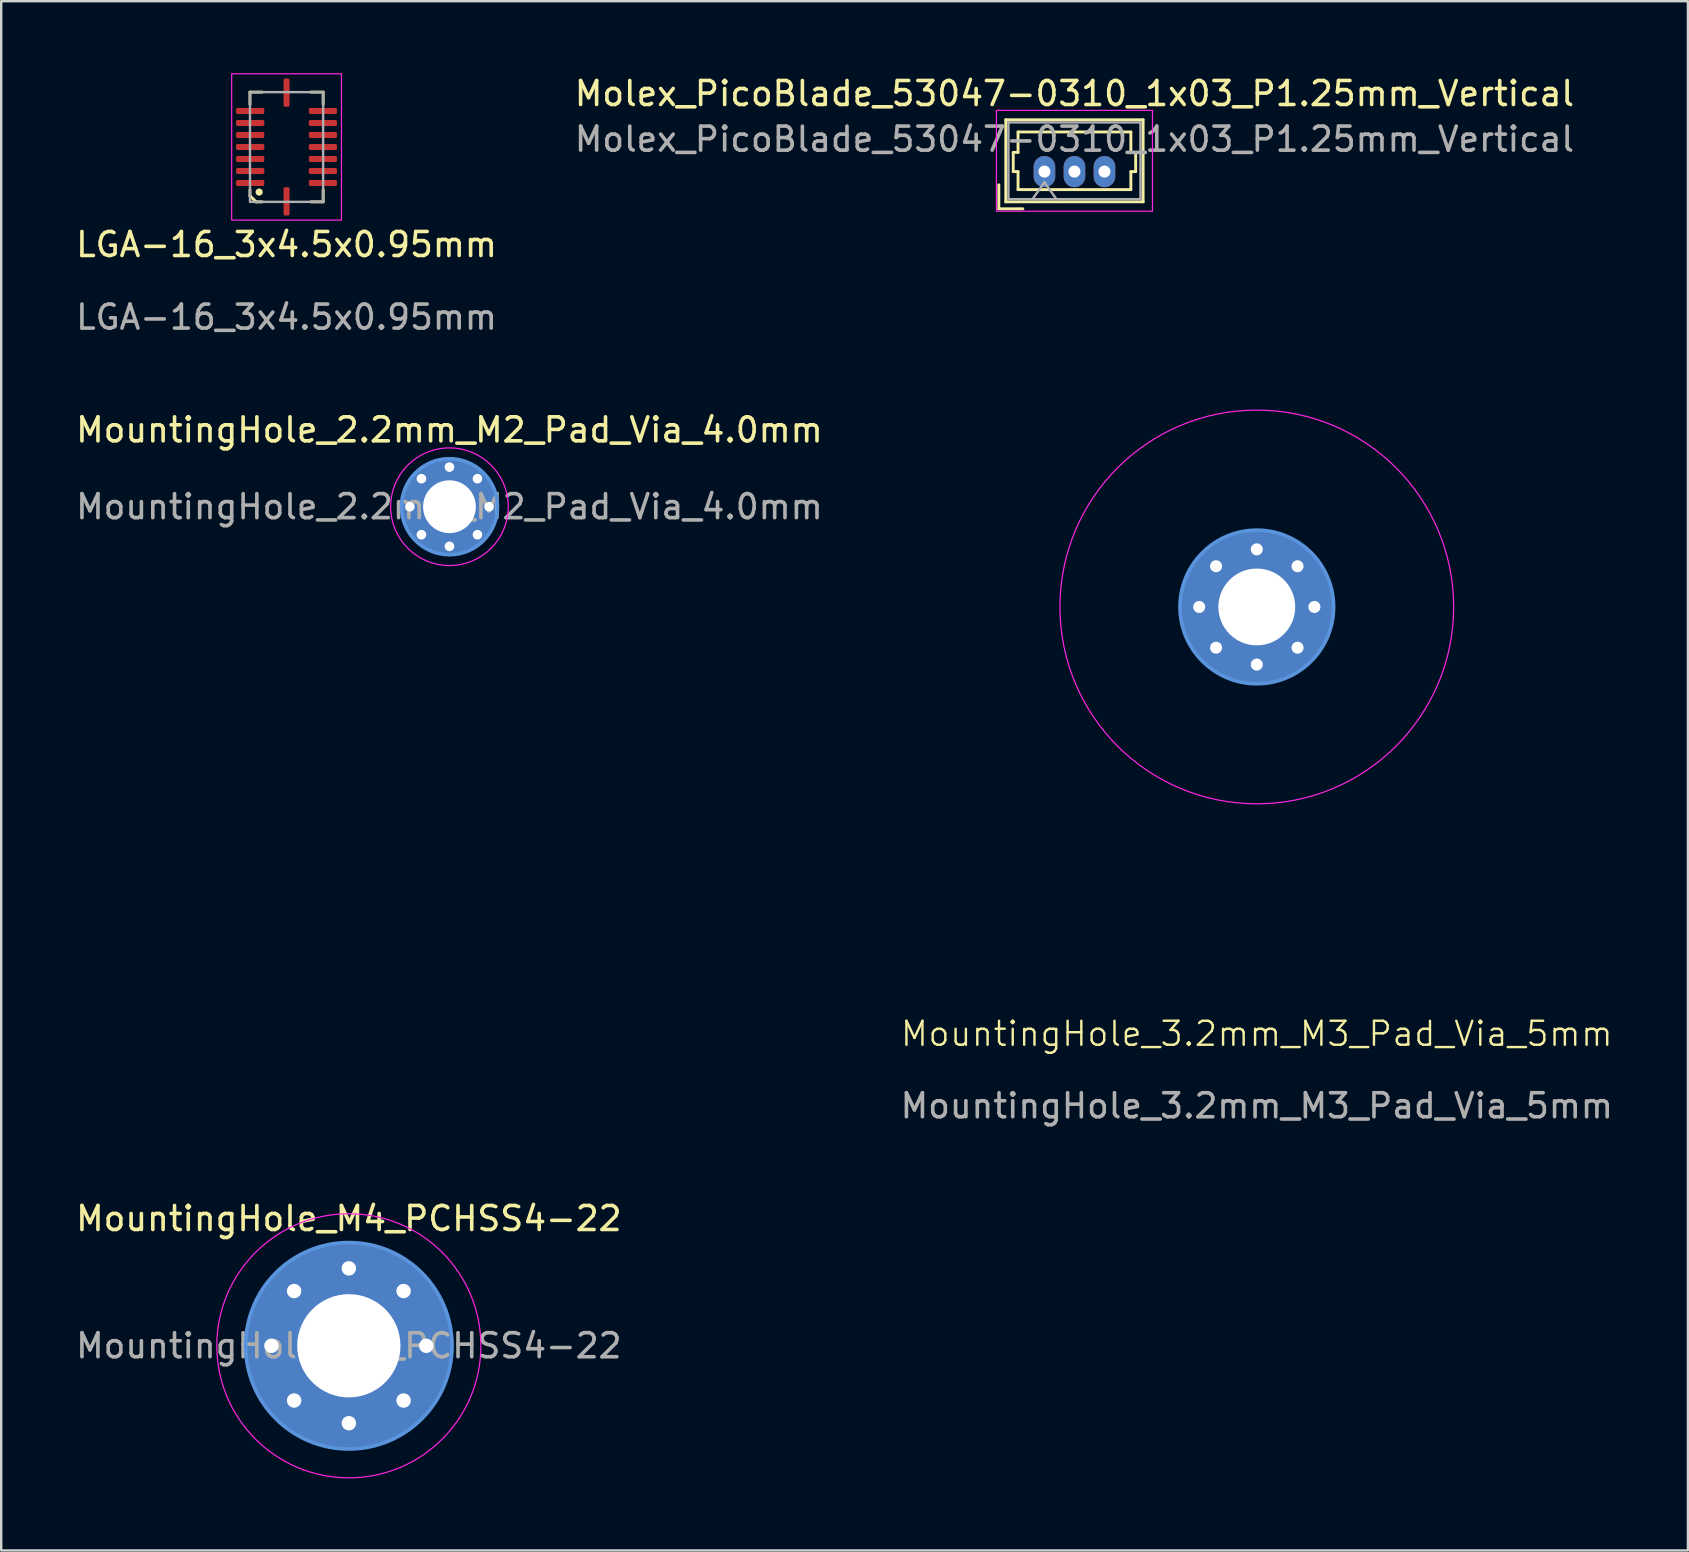
<source format=kicad_pcb>
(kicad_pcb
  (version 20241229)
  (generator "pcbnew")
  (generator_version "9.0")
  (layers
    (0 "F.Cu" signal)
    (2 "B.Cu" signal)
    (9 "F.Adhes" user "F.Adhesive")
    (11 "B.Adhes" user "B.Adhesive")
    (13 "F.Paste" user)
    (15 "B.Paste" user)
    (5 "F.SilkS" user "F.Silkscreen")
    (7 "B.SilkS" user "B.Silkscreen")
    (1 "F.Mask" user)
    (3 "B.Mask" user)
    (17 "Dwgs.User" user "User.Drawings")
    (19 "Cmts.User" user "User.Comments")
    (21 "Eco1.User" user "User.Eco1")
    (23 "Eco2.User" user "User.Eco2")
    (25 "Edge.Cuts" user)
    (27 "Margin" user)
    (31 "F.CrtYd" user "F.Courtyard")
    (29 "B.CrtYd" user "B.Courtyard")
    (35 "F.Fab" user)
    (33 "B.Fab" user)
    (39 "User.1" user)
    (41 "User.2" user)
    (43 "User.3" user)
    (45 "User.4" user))
  (footprint "MountingHole_3.2mm_M3_Pad_Via_5mm"
    (layer "F.Cu")
    (at 49.304 22.234)
    (property "Reference" "MountingHole_3.2mm_M3_Pad_Via_5mm" (at 0 17.78 0) (unlocked yes) (layer "F.SilkS") (effects (font (size 1 1) (thickness 0.1))))
    (attr smd)
    (fp_circle (center 0 0) (end 3.2 0) (stroke (width 0.15) (type solid)) (fill no) (layer "Cmts.User"))
    (fp_circle (center 0 0) (end 8.2 0) (stroke (width 0.05) (type solid)) (fill no) (layer "F.CrtYd"))
    (fp_rect (start -4.2 -4.2) (end 4.2 4.2) (stroke (width 0.1) (type default)) (fill no) (layer "User.1"))
    (fp_circle (center 0 0) (end 8.132 0) (stroke (width 0.1) (type default)) (fill no) (layer "User.1"))
    (fp_text user "${REFERENCE}" (at 0 20.78 0) (unlocked yes) (layer "F.Fab") (effects (font (size 1 1) (thickness 0.15))))
    (pad "1" thru_hole circle (at -2.4 0) (size 0.8 0.8) (drill 0.5) (layers "*.Cu" "*.Mask"))
    (pad "1" thru_hole circle (at -1.697 -1.697) (size 0.8 0.8) (drill 0.5) (layers "*.Cu" "*.Mask"))
    (pad "1" thru_hole circle (at -1.697 1.697) (size 0.8 0.8) (drill 0.5) (layers "*.Cu" "*.Mask"))
    (pad "1" thru_hole circle (at 0 -2.4) (size 0.8 0.8) (drill 0.5) (layers "*.Cu" "*.Mask"))
    (pad "1" thru_hole circle (at 0 0) (size 6.4 6.4) (drill 3.2) (layers "*.Cu" "*.Mask"))
    (pad "1" thru_hole circle (at 0 2.4) (size 0.8 0.8) (drill 0.5) (layers "*.Cu" "*.Mask"))
    (pad "1" thru_hole circle (at 1.697 -1.697) (size 0.8 0.8) (drill 0.5) (layers "*.Cu" "*.Mask"))
    (pad "1" thru_hole circle (at 1.697 1.697) (size 0.8 0.8) (drill 0.5) (layers "*.Cu" "*.Mask"))
    (pad "1" thru_hole circle (at 2.4 0) (size 0.8 0.8) (drill 0.5) (layers "*.Cu" "*.Mask")))
  (footprint "MountingHole_M4_PCHSS4-22"
    (layer "F.Cu")
    (at 11.482 53.011)
    (property "Reference" "MountingHole_M4_PCHSS4-22" (at 0 -5.3 0) (layer "F.SilkS") (effects (font (size 1 1) (thickness 0.15))))
    (attr through_hole exclude_from_bom)
    (fp_circle (center 0 0) (end 4.3 0) (stroke (width 0.15) (type solid)) (fill no) (layer "Cmts.User"))
    (fp_circle (center 0 0) (end 5.5 0) (stroke (width 0.05) (type solid)) (fill no) (layer "F.CrtYd"))
    (fp_text user "${REFERENCE}" (at 0 0 0) (layer "F.Fab") (effects (font (size 1 1) (thickness 0.15))))
    (pad "1" thru_hole circle (at -3.225 0) (size 0.9 0.9) (drill 0.6) (layers "*.Cu" "*.Mask"))
    (pad "1" thru_hole circle (at -2.28 -2.28) (size 0.9 0.9) (drill 0.6) (layers "*.Cu" "*.Mask"))
    (pad "1" thru_hole circle (at -2.28 2.28) (size 0.9 0.9) (drill 0.6) (layers "*.Cu" "*.Mask"))
    (pad "1" thru_hole circle (at 0 -3.225) (size 0.9 0.9) (drill 0.6) (layers "*.Cu" "*.Mask"))
    (pad "1" thru_hole circle (at 0 0) (size 8.6 8.6) (drill 4.3) (layers "*.Cu" "*.Mask"))
    (pad "1" thru_hole circle (at 0 3.225) (size 0.9 0.9) (drill 0.6) (layers "*.Cu" "*.Mask"))
    (pad "1" thru_hole circle (at 2.28 -2.28) (size 0.9 0.9) (drill 0.6) (layers "*.Cu" "*.Mask"))
    (pad "1" thru_hole circle (at 2.28 2.28) (size 0.9 0.9) (drill 0.6) (layers "*.Cu" "*.Mask"))
    (pad "1" thru_hole circle (at 3.225 0) (size 0.9 0.9) (drill 0.6) (layers "*.Cu" "*.Mask")))
  (footprint "MountingHole_2.2mm_M2_Pad_Via_4.0mm"
    (layer "F.Cu")
    (at 15.673 18.058)
    (property "Reference" "MountingHole_2.2mm_M2_Pad_Via_4.0mm" (at 0 -3.2 0) (layer "F.SilkS") (effects (font (size 1 1) (thickness 0.15))))
    (attr exclude_from_pos_files)
    (fp_circle (center 0 0) (end 2 0) (stroke (width 0.15) (type solid)) (fill no) (layer "Cmts.User"))
    (fp_circle (center 0 0) (end 2.45 0) (stroke (width 0.05) (type solid)) (fill no) (layer "F.CrtYd"))
    (fp_text user "${REFERENCE}" (at 0 0 0) (layer "F.Fab") (effects (font (size 1 1) (thickness 0.15))))
    (pad "1" thru_hole circle (at -1.65 0) (size 0.7 0.7) (drill 0.4) (layers "*.Cu" "*.Mask"))
    (pad "1" thru_hole circle (at -1.167 -1.167) (size 0.7 0.7) (drill 0.4) (layers "*.Cu" "*.Mask"))
    (pad "1" thru_hole circle (at -1.167 1.167) (size 0.7 0.7) (drill 0.4) (layers "*.Cu" "*.Mask"))
    (pad "1" thru_hole circle (at 0 -1.65) (size 0.7 0.7) (drill 0.4) (layers "*.Cu" "*.Mask"))
    (pad "1" thru_hole circle (at 0 0) (size 4 4) (drill 2.2) (layers "*.Cu" "*.Mask"))
    (pad "1" thru_hole circle (at 0 1.65) (size 0.7 0.7) (drill 0.4) (layers "*.Cu" "*.Mask"))
    (pad "1" thru_hole circle (at 1.167 -1.167) (size 0.7 0.7) (drill 0.4) (layers "*.Cu" "*.Mask"))
    (pad "1" thru_hole circle (at 1.167 1.167) (size 0.7 0.7) (drill 0.4) (layers "*.Cu" "*.Mask"))
    (pad "1" thru_hole circle (at 1.65 0) (size 0.7 0.7) (drill 0.4) (layers "*.Cu" "*.Mask")))
  (footprint "Molex_PicoBlade_53047-0310_1x03_P1.25mm_Vertical"
    (layer "F.Cu")
    (at 40.458 4.098)
    (property "Reference" "Molex_PicoBlade_53047-0310_1x03_P1.25mm_Vertical" (at 1.25 -3.25 0) (layer "F.SilkS") (effects (font (size 1 1) (thickness 0.15))))
    (attr through_hole)
    (fp_line (start -1.9 1.55) (end -1.9 0.55) (stroke (width 0.12) (type solid)) (layer "F.SilkS"))
    (fp_line (start -1.9 1.55) (end -0.9 1.55) (stroke (width 0.12) (type solid)) (layer "F.SilkS"))
    (fp_line (start -1.61 -2.16) (end -1.61 1.26) (stroke (width 0.12) (type solid)) (layer "F.SilkS"))
    (fp_line (start -1.61 1.26) (end 4.11 1.26) (stroke (width 0.12) (type solid)) (layer "F.SilkS"))
    (fp_line (start -1.3 -0.8) (end -1.1 -0.8) (stroke (width 0.12) (type solid)) (layer "F.SilkS"))
    (fp_line (start -1.3 0) (end -1.3 -0.8) (stroke (width 0.12) (type solid)) (layer "F.SilkS"))
    (fp_line (start -1.1 -1.65) (end 1.25 -1.65) (stroke (width 0.12) (type solid)) (layer "F.SilkS"))
    (fp_line (start -1.1 -0.8) (end -1.1 -1.65) (stroke (width 0.12) (type solid)) (layer "F.SilkS"))
    (fp_line (start -1.1 0) (end -1.3 0) (stroke (width 0.12) (type solid)) (layer "F.SilkS"))
    (fp_line (start -1.1 0.75) (end -1.1 0) (stroke (width 0.12) (type solid)) (layer "F.SilkS"))
    (fp_line (start 1.25 0.75) (end -1.1 0.75) (stroke (width 0.12) (type solid)) (layer "F.SilkS"))
    (fp_line (start 1.25 0.75) (end 3.6 0.75) (stroke (width 0.12) (type solid)) (layer "F.SilkS"))
    (fp_line (start 3.6 -1.65) (end 1.25 -1.65) (stroke (width 0.12) (type solid)) (layer "F.SilkS"))
    (fp_line (start 3.6 -0.8) (end 3.6 -1.65) (stroke (width 0.12) (type solid)) (layer "F.SilkS"))
    (fp_line (start 3.6 0) (end 3.8 0) (stroke (width 0.12) (type solid)) (layer "F.SilkS"))
    (fp_line (start 3.6 0.75) (end 3.6 0) (stroke (width 0.12) (type solid)) (layer "F.SilkS"))
    (fp_line (start 3.8 -0.8) (end 3.6 -0.8) (stroke (width 0.12) (type solid)) (layer "F.SilkS"))
    (fp_line (start 3.8 0) (end 3.8 -0.8) (stroke (width 0.12) (type solid)) (layer "F.SilkS"))
    (fp_line (start 4.11 -2.16) (end -1.61 -2.16) (stroke (width 0.12) (type solid)) (layer "F.SilkS"))
    (fp_line (start 4.11 1.26) (end 4.11 -2.16) (stroke (width 0.12) (type solid)) (layer "F.SilkS"))
    (fp_line (start -2 -2.55) (end -2 1.65) (stroke (width 0.05) (type solid)) (layer "F.CrtYd"))
    (fp_line (start -2 1.65) (end 4.5 1.65) (stroke (width 0.05) (type solid)) (layer "F.CrtYd"))
    (fp_line (start 4.5 -2.55) (end -2 -2.55) (stroke (width 0.05) (type solid)) (layer "F.CrtYd"))
    (fp_line (start 4.5 1.65) (end 4.5 -2.55) (stroke (width 0.05) (type solid)) (layer "F.CrtYd"))
    (fp_line (start -1.5 -2.05) (end -1.5 1.15) (stroke (width 0.1) (type solid)) (layer "F.Fab"))
    (fp_line (start -1.5 1.15) (end 4 1.15) (stroke (width 0.1) (type solid)) (layer "F.Fab"))
    (fp_line (start -0.5 1.15) (end 0 0.443) (stroke (width 0.1) (type solid)) (layer "F.Fab"))
    (fp_line (start 0 0.443) (end 0.5 1.15) (stroke (width 0.1) (type solid)) (layer "F.Fab"))
    (fp_line (start 4 -2.05) (end -1.5 -2.05) (stroke (width 0.1) (type solid)) (layer "F.Fab"))
    (fp_line (start 4 1.15) (end 4 -2.05) (stroke (width 0.1) (type solid)) (layer "F.Fab"))
    (fp_text user "${REFERENCE}" (at 1.25 -1.35 0) (layer "F.Fab") (effects (font (size 1 1) (thickness 0.15))))
    (pad "1" thru_hole oval (at 0 0) (size 0.9 1.3) (drill 0.5) (layers "*.Cu" "*.Mask"))
    (pad "2" thru_hole oval (at 1.25 0) (size 0.9 1.3) (drill 0.5) (layers "*.Cu" "*.Mask"))
    (pad "3" thru_hole oval (at 2.5 0) (size 0.9 1.3) (drill 0.5) (layers "*.Cu" "*.Mask")))
  (footprint "LGA-16_3x4.5x0.95mm"
    (layer "F.Cu")
    (at 8.887 3.073)
    (property "Reference" "LGA-16_3x4.5x0.95mm" (at 0 4.064 0) (unlocked yes) (layer "F.SilkS") (effects (font (size 1 1) (thickness 0.15))))
    (attr smd)
    (fp_line (start -1.524 -2.286) (end -1.524 -1.778) (stroke (width 0.12) (type solid)) (layer "F.SilkS"))
    (fp_line (start -1.524 -2.286) (end -1.016 -2.286) (stroke (width 0.12) (type solid)) (layer "F.SilkS"))
    (fp_line (start -1.524 1.778) (end -1.524 2.032) (stroke (width 0.12) (type solid)) (layer "F.SilkS"))
    (fp_line (start -1.524 2.032) (end -1.27 2.286) (stroke (width 0.12) (type solid)) (layer "F.SilkS"))
    (fp_line (start -1.27 2.286) (end -1.016 2.286) (stroke (width 0.12) (type solid)) (layer "F.SilkS"))
    (fp_line (start 1.524 -2.286) (end 1.016 -2.286) (stroke (width 0.12) (type default)) (layer "F.SilkS"))
    (fp_line (start 1.524 -2.286) (end 1.524 -1.778) (stroke (width 0.12) (type default)) (layer "F.SilkS"))
    (fp_line (start 1.524 2.286) (end 1.016 2.286) (stroke (width 0.12) (type default)) (layer "F.SilkS"))
    (fp_line (start 1.524 2.286) (end 1.524 1.778) (stroke (width 0.12) (type default)) (layer "F.SilkS"))
    (fp_circle (center -1.143 1.878) (end -1.043 1.878) (stroke (width 0.1) (type solid)) (fill yes) (layer "F.SilkS"))
    (fp_rect (start -2.286 -3.048) (end 2.286 3.048) (stroke (width 0.05) (type default)) (fill no) (layer "F.CrtYd"))
    (fp_rect (start -1.524 -2.286) (end 1.524 2.286) (stroke (width 0.1) (type default)) (fill no) (layer "F.Fab"))
    (fp_text user "${REFERENCE}" (at 0 7.088 0) (unlocked yes) (layer "F.Fab") (effects (font (size 1 1) (thickness 0.15))))
    (pad "1" smd roundrect (at -1.515 1.5 180) (size 1.175 0.25) (layers "F.Cu" "F.Mask" "F.Paste") (roundrect_rratio 0.25))
    (pad "2" smd roundrect (at -1.515 1 180) (size 1.175 0.25) (layers "F.Cu" "F.Mask" "F.Paste") (roundrect_rratio 0.25))
    (pad "3" smd roundrect (at -1.515 0.5 180) (size 1.175 0.25) (layers "F.Cu" "F.Mask" "F.Paste") (roundrect_rratio 0.25))
    (pad "4" smd roundrect (at -1.515 0 180) (size 1.175 0.25) (layers "F.Cu" "F.Mask" "F.Paste") (roundrect_rratio 0.25))
    (pad "5" smd roundrect (at -1.515 -0.5 180) (size 1.175 0.25) (layers "F.Cu" "F.Mask" "F.Paste") (roundrect_rratio 0.25))
    (pad "6" smd roundrect (at -1.515 -1 180) (size 1.175 0.25) (layers "F.Cu" "F.Mask" "F.Paste") (roundrect_rratio 0.25))
    (pad "7" smd roundrect (at -1.515 -1.5 180) (size 1.175 0.25) (layers "F.Cu" "F.Mask" "F.Paste") (roundrect_rratio 0.25))
    (pad "8" smd roundrect (at 0 -2.265 90) (size 1.175 0.25) (layers "F.Cu" "F.Mask" "F.Paste") (roundrect_rratio 0.25))
    (pad "9" smd roundrect (at 1.515 -1.5 180) (size 1.175 0.25) (layers "F.Cu" "F.Mask" "F.Paste") (roundrect_rratio 0.25))
    (pad "10" smd roundrect (at 1.515 -1 180) (size 1.175 0.25) (layers "F.Cu" "F.Mask" "F.Paste") (roundrect_rratio 0.25))
    (pad "11" smd roundrect (at 1.515 -0.5 180) (size 1.175 0.25) (layers "F.Cu" "F.Mask" "F.Paste") (roundrect_rratio 0.25))
    (pad "12" smd roundrect (at 1.515 0 180) (size 1.175 0.25) (layers "F.Cu" "F.Mask" "F.Paste") (roundrect_rratio 0.25))
    (pad "13" smd roundrect (at 1.515 0.5 180) (size 1.175 0.25) (layers "F.Cu" "F.Mask" "F.Paste") (roundrect_rratio 0.25))
    (pad "14" smd roundrect (at 1.515 1 180) (size 1.175 0.25) (layers "F.Cu" "F.Mask" "F.Paste") (roundrect_rratio 0.25))
    (pad "15" smd roundrect (at 1.515 1.5 180) (size 1.175 0.25) (layers "F.Cu" "F.Mask" "F.Paste") (roundrect_rratio 0.25))
    (pad "16" smd roundrect (at 0 2.265 90) (size 1.175 0.25) (layers "F.Cu" "F.Mask" "F.Paste") (roundrect_rratio 0.25)))
  (gr_rect
    (start -3 -3)
    (end 67.262 61.536)
    (stroke (width 0.1) (type default))
    (fill no)
    (layer "Edge.Cuts")))
</source>
